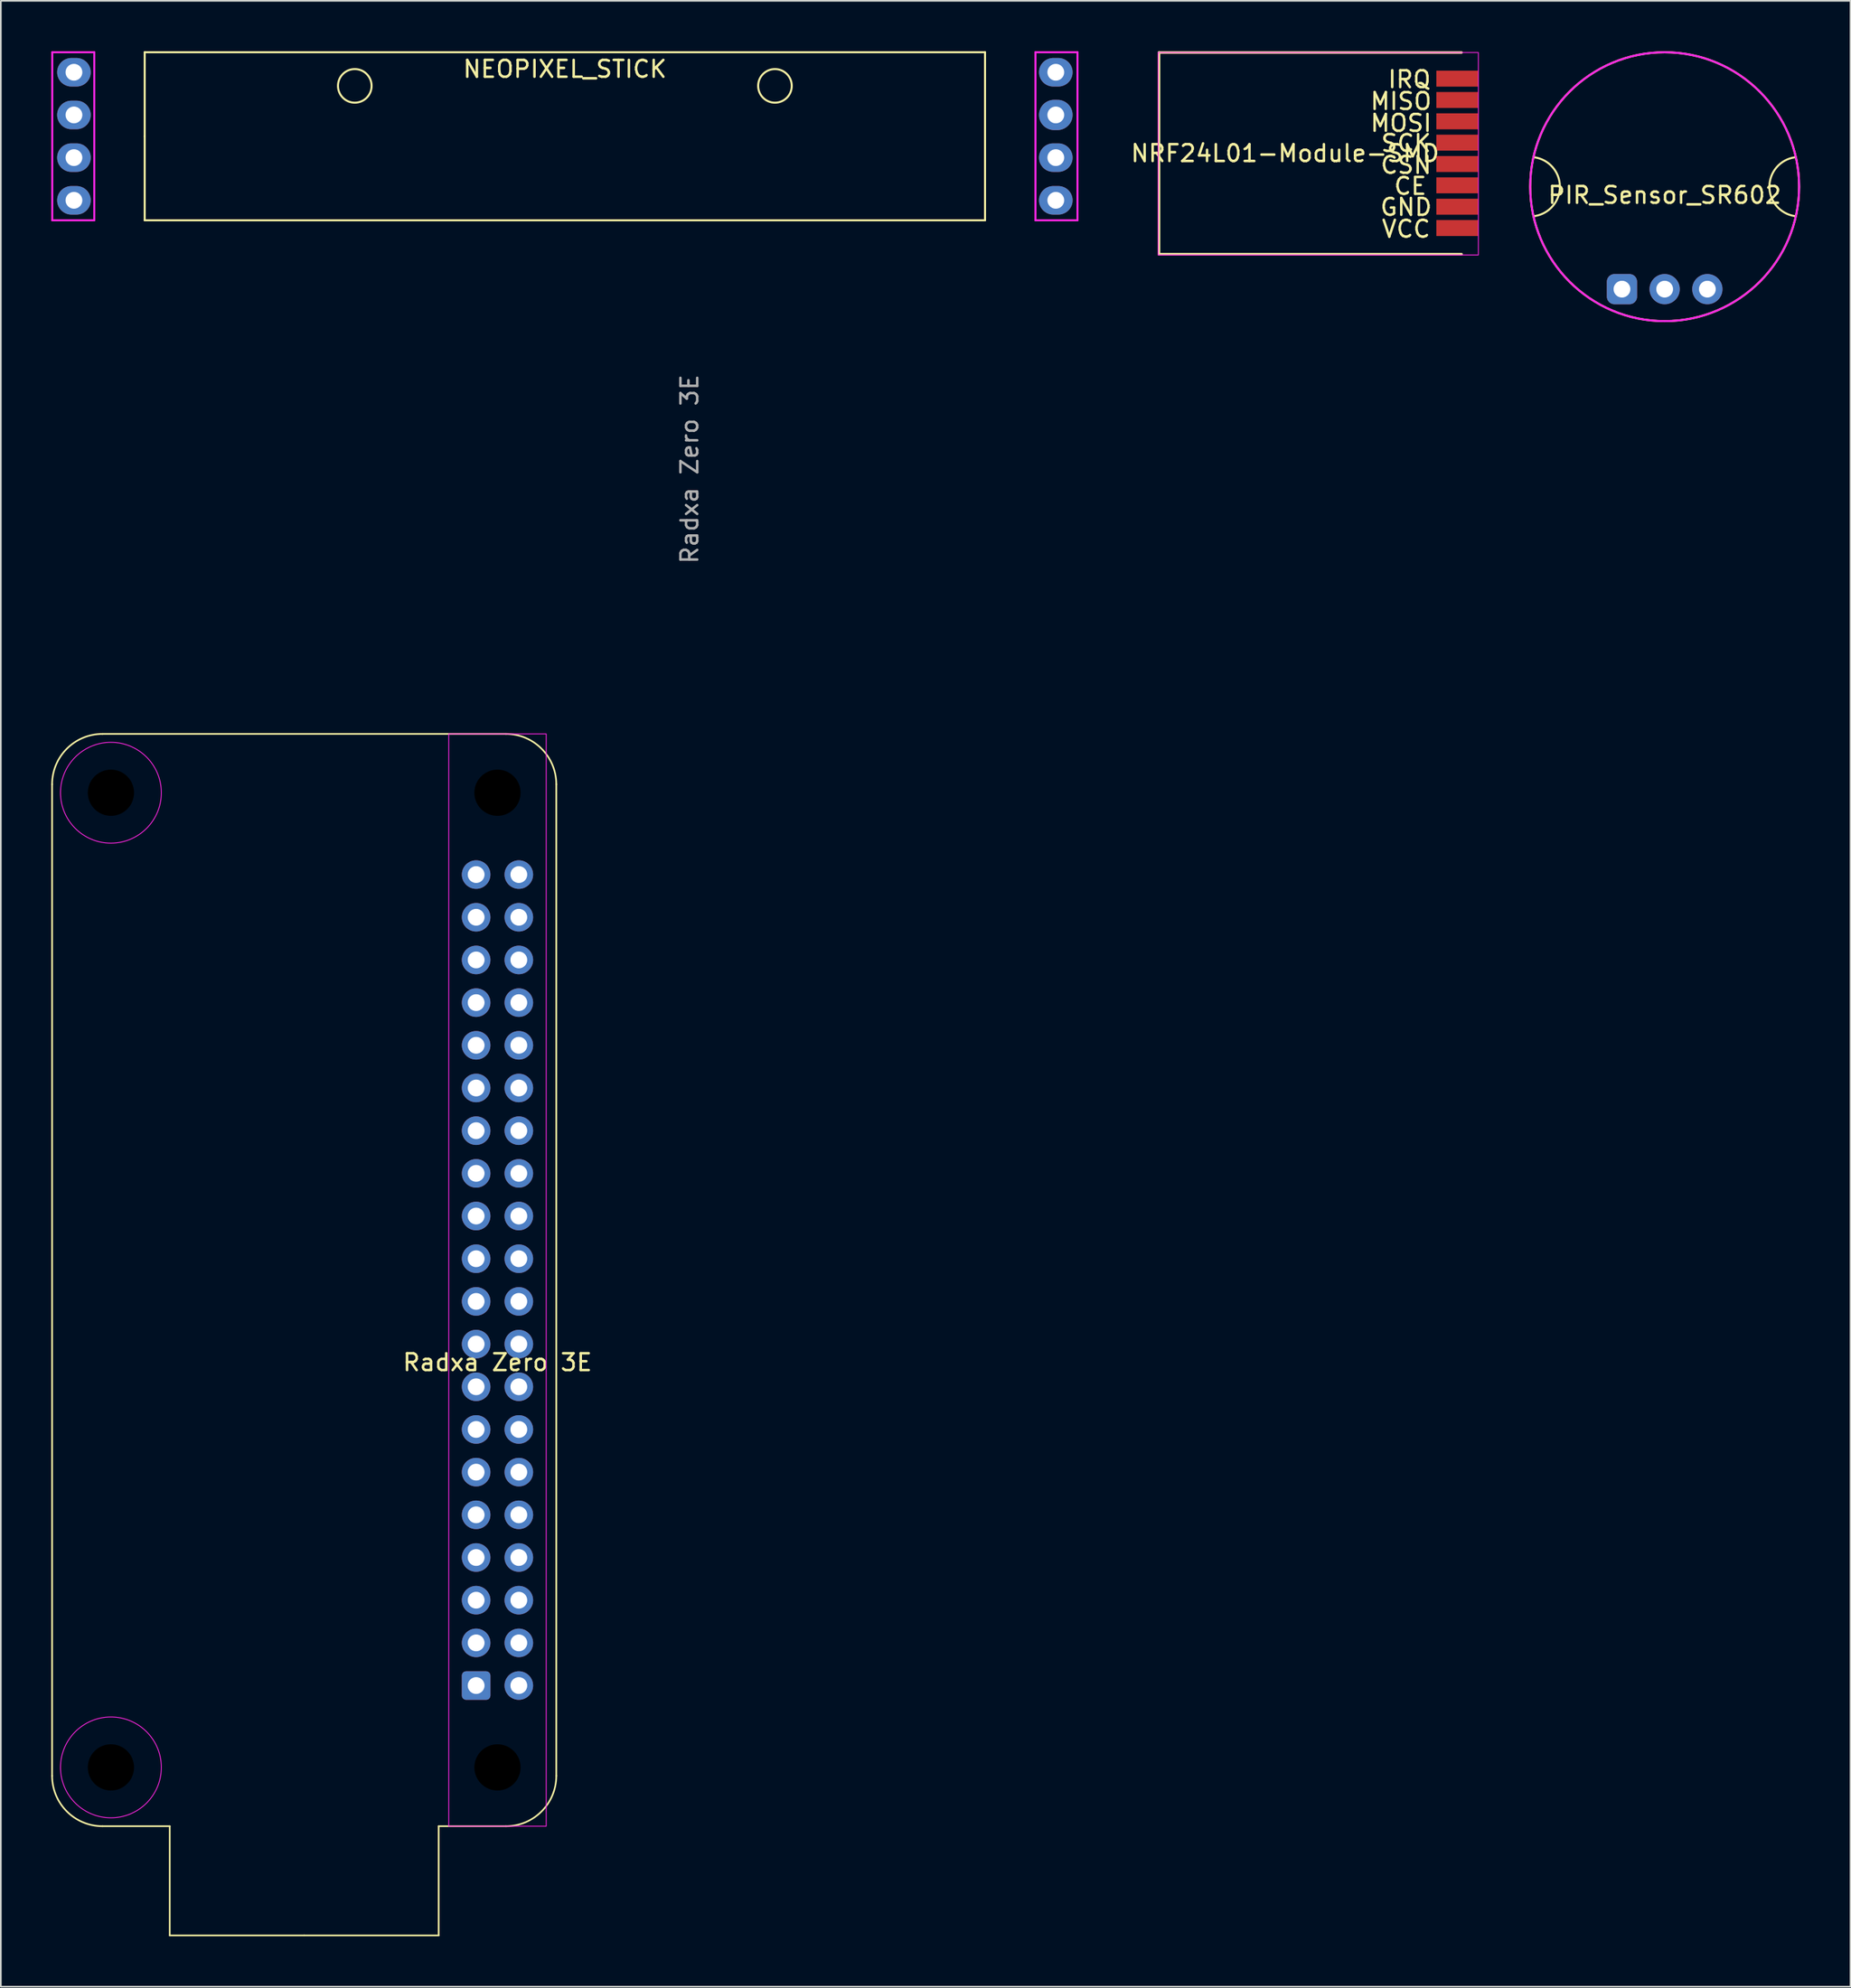
<source format=kicad_pcb>
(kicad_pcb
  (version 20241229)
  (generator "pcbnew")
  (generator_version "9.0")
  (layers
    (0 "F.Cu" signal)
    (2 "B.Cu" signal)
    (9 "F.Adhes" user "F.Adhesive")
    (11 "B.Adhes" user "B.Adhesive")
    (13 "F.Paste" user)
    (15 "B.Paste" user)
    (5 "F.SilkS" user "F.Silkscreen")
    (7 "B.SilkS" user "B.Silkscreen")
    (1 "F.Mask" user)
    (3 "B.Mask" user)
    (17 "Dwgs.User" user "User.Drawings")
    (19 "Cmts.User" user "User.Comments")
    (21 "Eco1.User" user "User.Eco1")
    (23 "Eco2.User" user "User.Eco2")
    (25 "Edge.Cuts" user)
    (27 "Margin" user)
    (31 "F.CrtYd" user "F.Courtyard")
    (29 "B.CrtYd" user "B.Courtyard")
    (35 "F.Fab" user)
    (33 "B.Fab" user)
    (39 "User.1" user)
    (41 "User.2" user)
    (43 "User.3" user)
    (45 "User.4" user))
  (footprint "NEOPIXEL_STICK"
    (layer "F.Cu")
    (at 30.56 5.06)
    (property "Reference" "NEOPIXEL_STICK" (at 0 -4 0) (layer "F.SilkS") (effects (font (size 1 1) (thickness 0.15))))
    (attr through_hole)
    (fp_line (start -25 -5) (end -25 0) (stroke (width 0.12) (type solid)) (layer "F.SilkS"))
    (fp_line (start -25 0) (end -25 5) (stroke (width 0.12) (type solid)) (layer "F.SilkS"))
    (fp_line (start -25 5) (end 25 5) (stroke (width 0.12) (type solid)) (layer "F.SilkS"))
    (fp_line (start 25 -5) (end -25 -5) (stroke (width 0.12) (type solid)) (layer "F.SilkS"))
    (fp_line (start 25 5) (end 25 -5) (stroke (width 0.12) (type solid)) (layer "F.SilkS"))
    (fp_circle (center -12.5 -3) (end -12.5 -4) (stroke (width 0.12) (type solid)) (fill no) (layer "F.SilkS"))
    (fp_circle (center 12.5 -3) (end 12.5 -4) (stroke (width 0.12) (type solid)) (fill no) (layer "F.SilkS"))
    (fp_line (start -30.5 -5) (end -28 -5) (stroke (width 0.12) (type solid)) (layer "F.CrtYd"))
    (fp_line (start -30.5 5) (end -30.5 -5) (stroke (width 0.12) (type solid)) (layer "F.CrtYd"))
    (fp_line (start -28 -5) (end -28 5) (stroke (width 0.12) (type solid)) (layer "F.CrtYd"))
    (fp_line (start -28 5) (end -30.5 5) (stroke (width 0.12) (type solid)) (layer "F.CrtYd"))
    (fp_line (start 28 -5) (end 30.5 -5) (stroke (width 0.12) (type solid)) (layer "F.CrtYd"))
    (fp_line (start 28 5) (end 28 -5) (stroke (width 0.12) (type solid)) (layer "F.CrtYd"))
    (fp_line (start 30.5 -5) (end 30.5 5) (stroke (width 0.12) (type solid)) (layer "F.CrtYd"))
    (fp_line (start 30.5 5) (end 28 5) (stroke (width 0.12) (type solid)) (layer "F.CrtYd"))
    (pad "1" thru_hole oval (at -29.21 -3.81) (size 2 1.7) (drill 1) (layers "*.Cu" "*.Mask"))
    (pad "2" thru_hole oval (at -29.21 -1.27) (size 2 1.7) (drill 1) (layers "*.Cu" "*.Mask"))
    (pad "3" thru_hole oval (at -29.21 1.27) (size 2 1.7) (drill 1) (layers "*.Cu" "*.Mask"))
    (pad "4" thru_hole oval (at -29.21 3.81) (size 2 1.7) (drill 1) (layers "*.Cu" "*.Mask"))
    (pad "5" thru_hole oval (at 29.21 -3.81) (size 2 1.7) (drill 1) (layers "*.Cu" "*.Mask"))
    (pad "6" thru_hole oval (at 29.21 -1.27) (size 2 1.8) (drill 1) (layers "*.Cu" "*.Mask"))
    (pad "7" thru_hole oval (at 29.21 1.27) (size 2 1.7) (drill 1) (layers "*.Cu" "*.Mask"))
    (pad "8" thru_hole oval (at 29.21 3.81) (size 2 1.7) (drill 1) (layers "*.Cu" "*.Mask")))
  (footprint "NRF24L01-Module-SMD"
    (layer "F.Cu")
    (at 82.912 6.075)
    (property "Reference" "NRF24L01-Module-SMD" (at -9.5 0 0) (layer "F.SilkS") (effects (font (size 1 1) (thickness 0.15))))
    (attr through_hole)
    (fp_line (start -17 -6) (end -17 6) (stroke (width 0.15) (type solid)) (layer "F.SilkS"))
    (fp_line (start -17 6) (end 1 6) (stroke (width 0.15) (type solid)) (layer "F.SilkS"))
    (fp_line (start 1 -6) (end -17 -6) (stroke (width 0.15) (type solid)) (layer "F.SilkS"))
    (fp_rect (start -17.05 -6) (end 2 6.05) (stroke (width 0.05) (type default)) (fill no) (layer "F.CrtYd"))
    (fp_text user "IRQ" (at -2.1 -4.4 0) (layer "F.SilkS") (effects (font (size 1 1) (thickness 0.15))))
    (fp_text user "CSN" (at -2.3 0.7 0) (layer "F.SilkS") (effects (font (size 1 1) (thickness 0.15))))
    (fp_text user "MOSI" (at -2.6 -1.8 0) (layer "F.SilkS") (effects (font (size 1 1) (thickness 0.15))))
    (fp_text user "SCK" (at -2.3 -0.6 0) (layer "F.SilkS") (effects (font (size 1 1) (thickness 0.15))))
    (fp_text user "MISO" (at -2.6 -3.1 0) (layer "F.SilkS") (effects (font (size 1 1) (thickness 0.15))))
    (fp_text user "CE" (at -2.05 1.95 0) (layer "F.SilkS") (effects (font (size 1 1) (thickness 0.15))))
    (fp_text user "GND" (at -2.3 3.2 0) (layer "F.SilkS") (effects (font (size 1 1) (thickness 0.15))))
    (fp_text user "VCC" (at -2.3 4.5 0) (layer "F.SilkS") (effects (font (size 1 1) (thickness 0.15))))
    (pad "1" smd rect (at 0.3 4.445) (size 2.5 0.95) (drill (offset 0.45 0)) (layers "F.Cu" "F.Mask" "F.Paste"))
    (pad "2" smd rect (at 0.3 3.175) (size 2.5 0.95) (drill (offset 0.45 0)) (layers "F.Cu" "F.Mask" "F.Paste"))
    (pad "3" smd rect (at 0.3 1.905) (size 2.5 0.95) (drill (offset 0.45 0)) (layers "F.Cu" "F.Mask" "F.Paste"))
    (pad "4" smd rect (at 0.3 0.635) (size 2.5 0.95) (drill (offset 0.45 0)) (layers "F.Cu" "F.Mask" "F.Paste"))
    (pad "5" smd rect (at 0.3 -0.635) (size 2.5 0.95) (drill (offset 0.45 0)) (layers "F.Cu" "F.Mask" "F.Paste"))
    (pad "6" smd rect (at 0.3 -1.905) (size 2.5 0.95) (drill (offset 0.45 0)) (layers "F.Cu" "F.Mask" "F.Paste"))
    (pad "7" smd rect (at 0.3 -3.175) (size 2.5 0.95) (drill (offset 0.45 0)) (layers "F.Cu" "F.Mask" "F.Paste"))
    (pad "8" smd rect (at 0.3 -4.445) (size 2.5 0.95) (drill (offset 0.45 0)) (layers "F.Cu" "F.Mask" "F.Paste")))
  (footprint "Radxa Zero 3E"
    (layer "F.Cu")
    (at 26.55 73.124)
    (property "Reference" "Radxa Zero 3E" (at 0 4.9 0) (layer "F.SilkS") (effects (font (size 1 1) (thickness 0.15))))
    (attr through_hole)
    (fp_line (start -26.5 29.5) (end -26.5 -29.5) (stroke (width 0.1) (type default)) (layer "F.SilkS"))
    (fp_line (start -23.5 -32.5) (end 0.5 -32.5) (stroke (width 0.1) (type default)) (layer "F.SilkS"))
    (fp_line (start -19.5 32.5) (end -23.5 32.5) (stroke (width 0.1) (type default)) (layer "F.SilkS"))
    (fp_line (start -19.5 39) (end -19.5 32.5) (stroke (width 0.1) (type default)) (layer "F.SilkS"))
    (fp_line (start -11.5 39) (end -19.5 39) (stroke (width 0.1) (type default)) (layer "F.SilkS"))
    (fp_line (start -11.5 39) (end -3.5 39) (stroke (width 0.1) (type default)) (layer "F.SilkS"))
    (fp_line (start -3.5 39) (end -3.5 32.5) (stroke (width 0.1) (type default)) (layer "F.SilkS"))
    (fp_line (start 0.5 32.5) (end -3.5 32.5) (stroke (width 0.1) (type default)) (layer "F.SilkS"))
    (fp_line (start 3.5 29.5) (end 3.5 -29.5) (stroke (width 0.1) (type default)) (layer "F.SilkS"))
    (fp_arc (start -26.5 -29.5) (mid -25.62132 -31.62132) (end -23.5 -32.5) (stroke (width 0.1) (type default)) (layer "F.SilkS"))
    (fp_arc (start -23.5 32.5) (mid -25.62132 31.62132) (end -26.5 29.5) (stroke (width 0.1) (type default)) (layer "F.SilkS"))
    (fp_arc (start 0.5 -32.5) (mid 2.62132 -31.62132) (end 3.5 -29.5) (stroke (width 0.1) (type default)) (layer "F.SilkS"))
    (fp_arc (start 3.5 29.5) (mid 2.62132 31.62132) (end 0.5 32.5) (stroke (width 0.1) (type default)) (layer "F.SilkS"))
    (fp_rect (start -2.9 -32.5) (end 2.9 32.5) (stroke (width 0.05) (type default)) (fill no) (layer "F.CrtYd"))
    (fp_circle (center -23 -29) (end -23 -32) (stroke (width 0.05) (type default)) (fill no) (layer "F.CrtYd"))
    (fp_circle (center -23 29) (end -23 26) (stroke (width 0.05) (type default)) (fill no) (layer "F.CrtYd"))
    (fp_text user "${REFERENCE}" (at 11.43 -48.26 90) (layer "F.Fab") (effects (font (size 1 1) (thickness 0.15))))
    (pad "" np_thru_hole circle (at -23 -29) (size 5.5 5.5) (drill 2.75) (layers))
    (pad "" np_thru_hole circle (at -23 29) (size 5.5 5.5) (drill 2.75) (layers))
    (pad "" np_thru_hole circle (at 0 -29) (size 5.5 5.5) (drill 2.75) (layers))
    (pad "" np_thru_hole circle (at 0 29) (size 5.5 5.5) (drill 2.75) (layers))
    (pad "1" thru_hole roundrect (at -1.27 24.13) (size 1.7 1.7) (drill 1) (layers "*.Cu" "*.Mask") (roundrect_rratio 0.147))
    (pad "2" thru_hole circle (at 1.27 24.13) (size 1.7 1.7) (drill 1) (layers "*.Cu" "*.Mask"))
    (pad "3" thru_hole circle (at -1.27 21.59) (size 1.7 1.7) (drill 1) (layers "*.Cu" "*.Mask"))
    (pad "4" thru_hole circle (at 1.27 21.59) (size 1.7 1.7) (drill 1) (layers "*.Cu" "*.Mask"))
    (pad "5" thru_hole circle (at -1.27 19.05) (size 1.7 1.7) (drill 1) (layers "*.Cu" "*.Mask"))
    (pad "6" thru_hole circle (at 1.27 19.05) (size 1.7 1.7) (drill 1) (layers "*.Cu" "*.Mask"))
    (pad "7" thru_hole circle (at -1.27 16.51) (size 1.7 1.7) (drill 1) (layers "*.Cu" "*.Mask"))
    (pad "8" thru_hole circle (at 1.27 16.51) (size 1.7 1.7) (drill 1) (layers "*.Cu" "*.Mask"))
    (pad "9" thru_hole circle (at -1.27 13.97) (size 1.7 1.7) (drill 1) (layers "*.Cu" "*.Mask"))
    (pad "10" thru_hole circle (at 1.27 13.97) (size 1.7 1.7) (drill 1) (layers "*.Cu" "*.Mask"))
    (pad "11" thru_hole circle (at -1.27 11.43) (size 1.7 1.7) (drill 1) (layers "*.Cu" "*.Mask"))
    (pad "12" thru_hole circle (at 1.27 11.43) (size 1.7 1.7) (drill 1) (layers "*.Cu" "*.Mask"))
    (pad "13" thru_hole circle (at -1.27 8.89) (size 1.7 1.7) (drill 1) (layers "*.Cu" "*.Mask"))
    (pad "14" thru_hole circle (at 1.27 8.89) (size 1.7 1.7) (drill 1) (layers "*.Cu" "*.Mask"))
    (pad "15" thru_hole circle (at -1.27 6.35) (size 1.7 1.7) (drill 1) (layers "*.Cu" "*.Mask"))
    (pad "16" thru_hole circle (at 1.27 6.35) (size 1.7 1.7) (drill 1) (layers "*.Cu" "*.Mask"))
    (pad "17" thru_hole circle (at -1.27 3.81) (size 1.7 1.7) (drill 1) (layers "*.Cu" "*.Mask"))
    (pad "18" thru_hole circle (at 1.27 3.81) (size 1.7 1.7) (drill 1) (layers "*.Cu" "*.Mask"))
    (pad "19" thru_hole circle (at -1.27 1.27) (size 1.7 1.7) (drill 1) (layers "*.Cu" "*.Mask"))
    (pad "20" thru_hole circle (at 1.27 1.27) (size 1.7 1.7) (drill 1) (layers "*.Cu" "*.Mask"))
    (pad "21" thru_hole circle (at -1.27 -1.27) (size 1.7 1.7) (drill 1) (layers "*.Cu" "*.Mask"))
    (pad "22" thru_hole circle (at 1.27 -1.27) (size 1.7 1.7) (drill 1) (layers "*.Cu" "*.Mask"))
    (pad "23" thru_hole circle (at -1.27 -3.81) (size 1.7 1.7) (drill 1) (layers "*.Cu" "*.Mask"))
    (pad "24" thru_hole circle (at 1.27 -3.81) (size 1.7 1.7) (drill 1) (layers "*.Cu" "*.Mask"))
    (pad "25" thru_hole circle (at -1.27 -6.35) (size 1.7 1.7) (drill 1) (layers "*.Cu" "*.Mask"))
    (pad "26" thru_hole circle (at 1.27 -6.35) (size 1.7 1.7) (drill 1) (layers "*.Cu" "*.Mask"))
    (pad "27" thru_hole circle (at -1.27 -8.89) (size 1.7 1.7) (drill 1) (layers "*.Cu" "*.Mask"))
    (pad "28" thru_hole circle (at 1.27 -8.89) (size 1.7 1.7) (drill 1) (layers "*.Cu" "*.Mask"))
    (pad "29" thru_hole circle (at -1.27 -11.43) (size 1.7 1.7) (drill 1) (layers "*.Cu" "*.Mask"))
    (pad "30" thru_hole circle (at 1.27 -11.43) (size 1.7 1.7) (drill 1) (layers "*.Cu" "*.Mask"))
    (pad "31" thru_hole circle (at -1.27 -13.97) (size 1.7 1.7) (drill 1) (layers "*.Cu" "*.Mask"))
    (pad "32" thru_hole circle (at 1.27 -13.97) (size 1.7 1.7) (drill 1) (layers "*.Cu" "*.Mask"))
    (pad "33" thru_hole circle (at -1.27 -16.51) (size 1.7 1.7) (drill 1) (layers "*.Cu" "*.Mask"))
    (pad "34" thru_hole circle (at 1.27 -16.51) (size 1.7 1.7) (drill 1) (layers "*.Cu" "*.Mask"))
    (pad "35" thru_hole circle (at -1.27 -19.05) (size 1.7 1.7) (drill 1) (layers "*.Cu" "*.Mask"))
    (pad "36" thru_hole circle (at 1.27 -19.05) (size 1.7 1.7) (drill 1) (layers "*.Cu" "*.Mask"))
    (pad "37" thru_hole circle (at -1.27 -21.59) (size 1.7 1.7) (drill 1) (layers "*.Cu" "*.Mask"))
    (pad "38" thru_hole circle (at 1.27 -21.59) (size 1.7 1.7) (drill 1) (layers "*.Cu" "*.Mask"))
    (pad "39" thru_hole circle (at -1.27 -24.13) (size 1.7 1.7) (drill 1) (layers "*.Cu" "*.Mask"))
    (pad "40" thru_hole circle (at 1.27 -24.13) (size 1.7 1.7) (drill 1) (layers "*.Cu" "*.Mask")))
  (footprint "PIR_Sensor_SR602"
    (layer "F.Cu")
    (at 95.997 8.06)
    (property "Reference" "PIR_Sensor_SR602" (at 0 0.5 0) (layer "F.SilkS") (effects (font (size 1 1) (thickness 0.15))))
    (attr through_hole)
    (fp_arc (start -7.780735 -1.754115) (mid -6.232302 -0.015504) (end -7.750001 1.749999) (stroke (width 0.12) (type solid)) (layer "F.SilkS"))
    (fp_arc (start 7.749999 1.749999) (mid 6.232234 -0.000001) (end 7.750001 -1.749999) (stroke (width 0.12) (type solid)) (layer "F.SilkS"))
    (fp_circle (center 0 0) (end 0 -8) (stroke (width 0.12) (type solid)) (fill no) (layer "F.SilkS"))
    (fp_circle (center 0 0) (end 0 -8) (stroke (width 0.12) (type solid)) (fill no) (layer "F.CrtYd"))
    (pad "1" thru_hole roundrect (at -2.54 6.096) (size 1.8 1.8) (drill 1) (layers "*.Cu" "*.Mask") (roundrect_rratio 0.25))
    (pad "2" thru_hole circle (at 0 6.096) (size 1.8 1.8) (drill 1) (layers "*.Cu" "*.Mask"))
    (pad "3" thru_hole circle (at 2.54 6.096) (size 1.8 1.8) (drill 1) (layers "*.Cu" "*.Mask")))
  (gr_rect
    (start -3 -3)
    (end 107.057 115.174)
    (stroke (width 0.1) (type default))
    (fill no)
    (layer "Edge.Cuts")))
</source>
